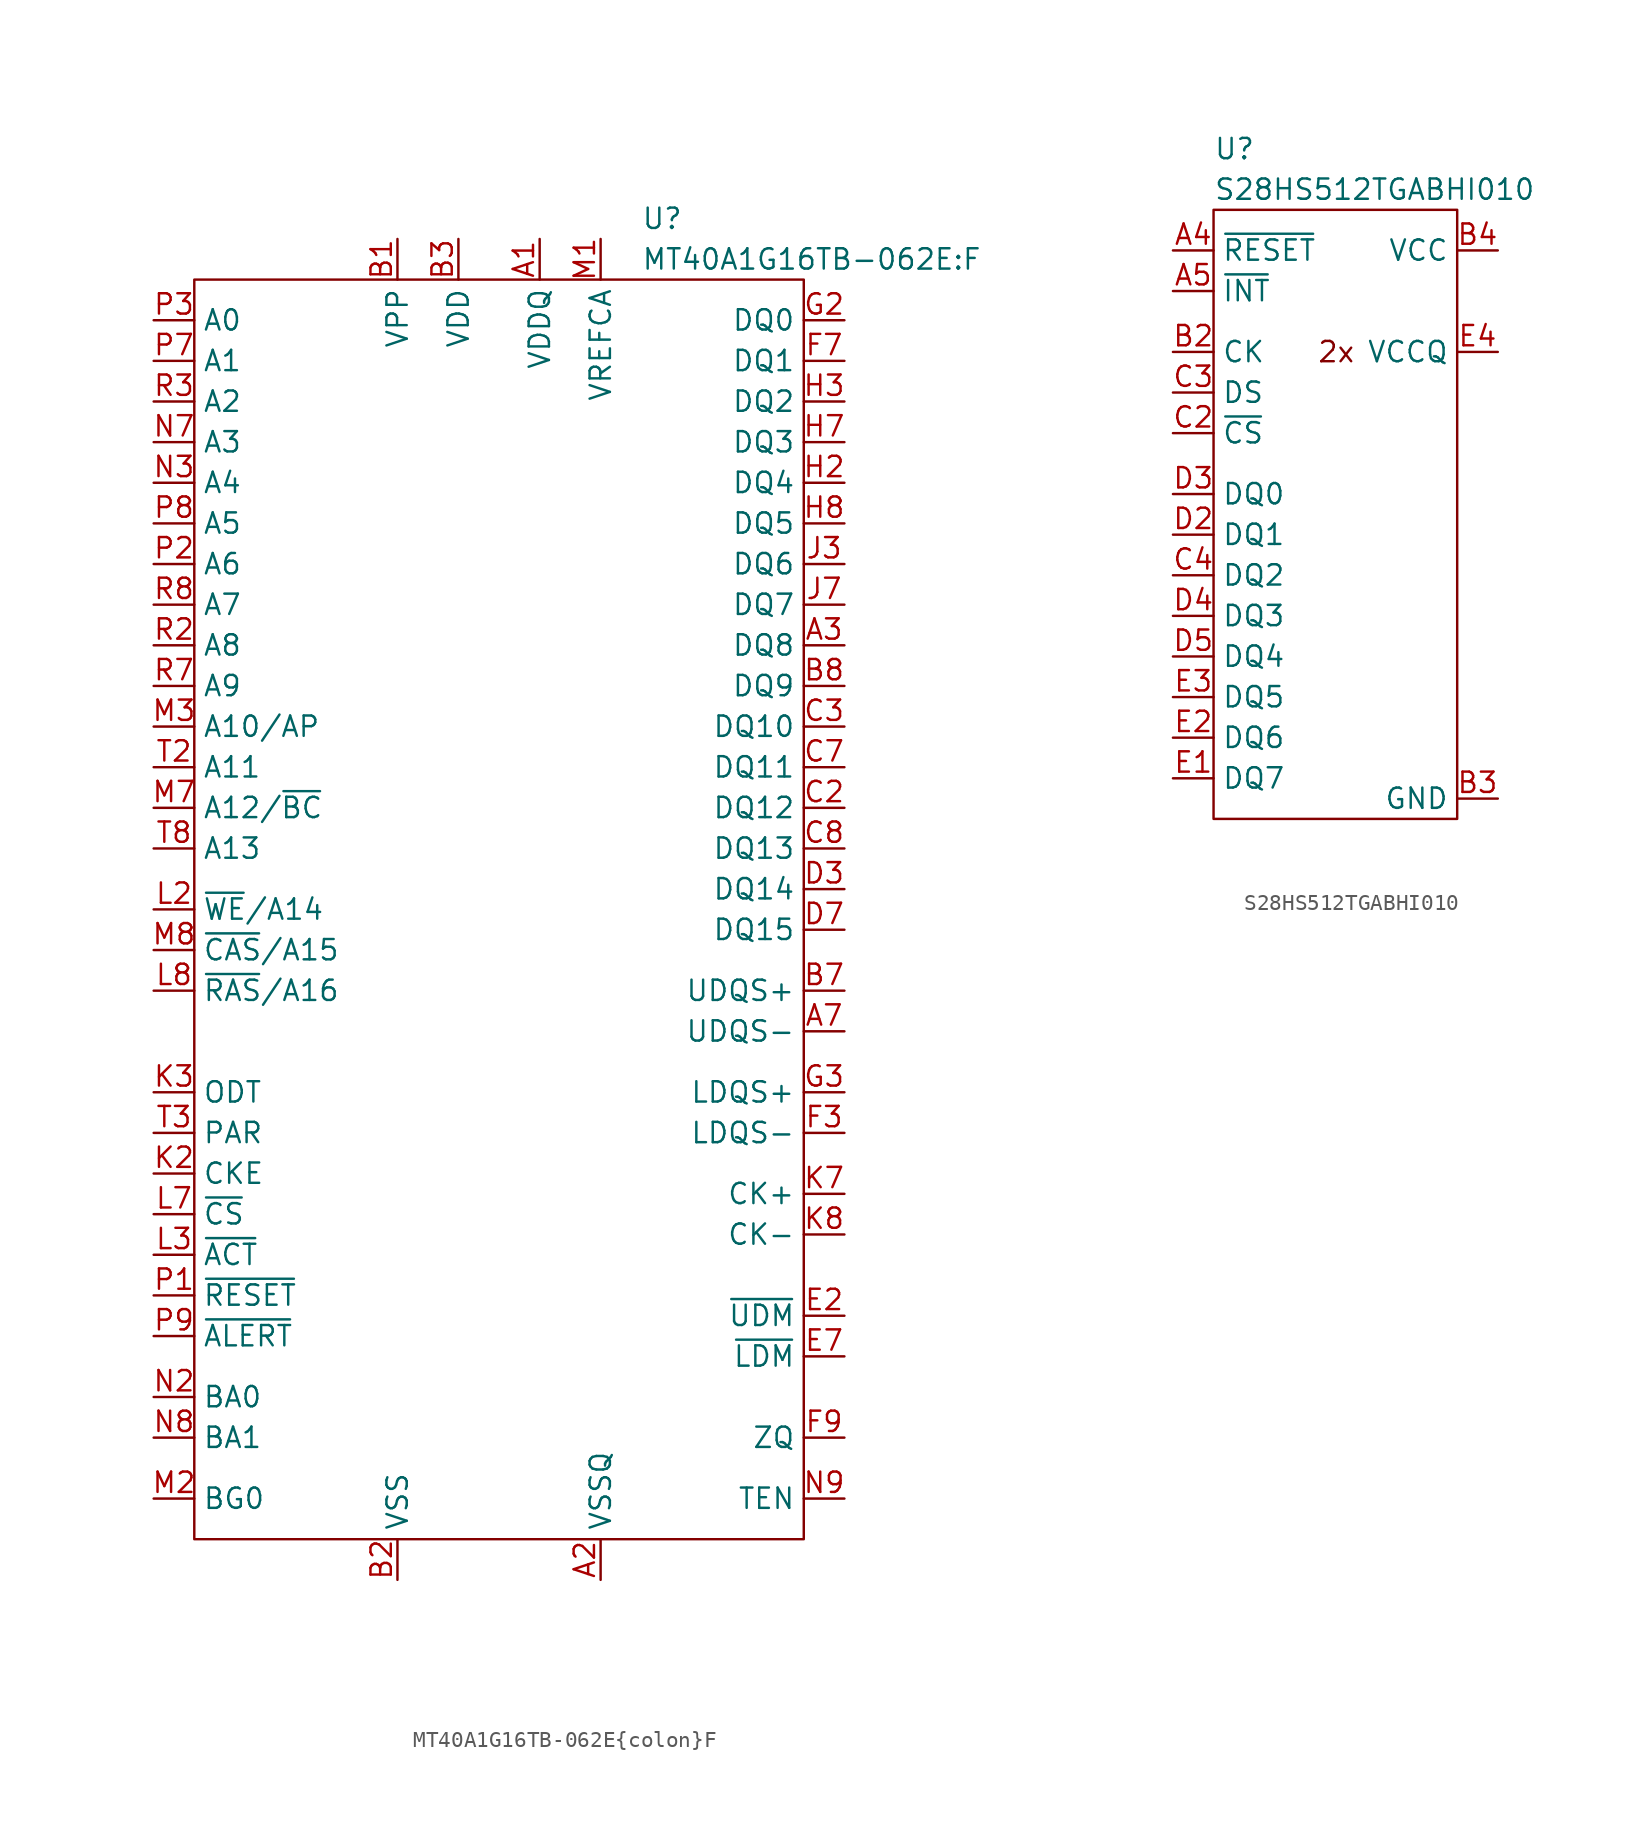
<source format=kicad_sym>
(kicad_symbol_lib
  (version 20220914)
  (generator kicad_symbol_editor)
  (symbol "MT40A1G16TB-062E{colon}F"
    (property "Reference" "U"
      (at 27.94 3.81 0)
      (effects (font (size 1.27 1.27)) (justify left)))
    (property "Value" "MT40A1G16TB-062E:F"
      (at 27.94 1.27 0)
      (effects (font (size 1.27 1.27)) (justify left)))
    (symbol "MT40A1G16TB-062E{colon}F_0_0"
      (pin unspecified line (at 21.59 2.54 270) (length 2.54) (name "VDDQ" (effects (font (size 1.27 1.27)))) (number "A1" (effects (font (size 1.27 1.27)))))
      (pin unspecified line (at 25.4 -81.28 90) (length 2.54) (name "VSSQ" (effects (font (size 1.27 1.27)))) (number "A2" (effects (font (size 1.27 1.27)))))
      (pin unspecified line (at 40.64 -22.86 180) (length 2.54) (name "DQ8" (effects (font (size 1.27 1.27)))) (number "A3" (effects (font (size 1.27 1.27)))))
      (pin unspecified line (at 40.64 -46.99 180) (length 2.54) (name "UDQS-" (effects (font (size 1.27 1.27)))) (number "A7" (effects (font (size 1.27 1.27)))))
      (pin unspecified line (at 25.4 -81.28 90) (length 2.54) hide (name "VSSQ" (effects (font (size 1.27 1.27)))) (number "A8" (effects (font (size 1.27 1.27)))))
      (pin unspecified line (at 21.59 2.54 270) (length 2.54) hide (name "VDDQ" (effects (font (size 1.27 1.27)))) (number "A9" (effects (font (size 1.27 1.27)))))
      (pin unspecified line (at 12.7 2.54 270) (length 2.54) (name "VPP" (effects (font (size 1.27 1.27)))) (number "B1" (effects (font (size 1.27 1.27)))))
      (pin unspecified line (at 12.7 -81.28 90) (length 2.54) (name "VSS" (effects (font (size 1.27 1.27)))) (number "B2" (effects (font (size 1.27 1.27)))))
      (pin unspecified line (at 16.51 2.54 270) (length 2.54) (name "VDD" (effects (font (size 1.27 1.27)))) (number "B3" (effects (font (size 1.27 1.27)))))
      (pin unspecified line (at 40.64 -44.45 180) (length 2.54) (name "UDQS+" (effects (font (size 1.27 1.27)))) (number "B7" (effects (font (size 1.27 1.27)))))
      (pin unspecified line (at 40.64 -25.4 180) (length 2.54) (name "DQ9" (effects (font (size 1.27 1.27)))) (number "B8" (effects (font (size 1.27 1.27)))))
      (pin unspecified line (at 16.51 2.54 270) (length 2.54) hide (name "VDD" (effects (font (size 1.27 1.27)))) (number "B9" (effects (font (size 1.27 1.27)))))
      (pin unspecified line (at 21.59 2.54 270) (length 2.54) hide (name "VDDQ" (effects (font (size 1.27 1.27)))) (number "C1" (effects (font (size 1.27 1.27)))))
      (pin unspecified line (at 40.64 -33.02 180) (length 2.54) (name "DQ12" (effects (font (size 1.27 1.27)))) (number "C2" (effects (font (size 1.27 1.27)))))
      (pin unspecified line (at 40.64 -27.94 180) (length 2.54) (name "DQ10" (effects (font (size 1.27 1.27)))) (number "C3" (effects (font (size 1.27 1.27)))))
      (pin unspecified line (at 40.64 -30.48 180) (length 2.54) (name "DQ11" (effects (font (size 1.27 1.27)))) (number "C7" (effects (font (size 1.27 1.27)))))
      (pin unspecified line (at 40.64 -35.56 180) (length 2.54) (name "DQ13" (effects (font (size 1.27 1.27)))) (number "C8" (effects (font (size 1.27 1.27)))))
      (pin unspecified line (at 25.4 -81.28 90) (length 2.54) hide (name "VSSQ" (effects (font (size 1.27 1.27)))) (number "C9" (effects (font (size 1.27 1.27)))))
      (pin unspecified line (at 16.51 2.54 270) (length 2.54) hide (name "VDD" (effects (font (size 1.27 1.27)))) (number "D1" (effects (font (size 1.27 1.27)))))
      (pin unspecified line (at 25.4 -81.28 90) (length 2.54) hide (name "VSSQ" (effects (font (size 1.27 1.27)))) (number "D2" (effects (font (size 1.27 1.27)))))
      (pin unspecified line (at 40.64 -38.1 180) (length 2.54) (name "DQ14" (effects (font (size 1.27 1.27)))) (number "D3" (effects (font (size 1.27 1.27)))))
      (pin unspecified line (at 40.64 -40.64 180) (length 2.54) (name "DQ15" (effects (font (size 1.27 1.27)))) (number "D7" (effects (font (size 1.27 1.27)))))
      (pin unspecified line (at 25.4 -81.28 90) (length 2.54) hide (name "VSSQ" (effects (font (size 1.27 1.27)))) (number "D8" (effects (font (size 1.27 1.27)))))
      (pin unspecified line (at 21.59 2.54 270) (length 2.54) hide (name "VDDQ" (effects (font (size 1.27 1.27)))) (number "D9" (effects (font (size 1.27 1.27)))))
      (pin unspecified line (at 12.7 -81.28 90) (length 2.54) hide (name "VSS" (effects (font (size 1.27 1.27)))) (number "E1" (effects (font (size 1.27 1.27)))))
      (pin unspecified line (at 40.64 -64.77 180) (length 2.54) (name "~{UDM}" (effects (font (size 1.27 1.27)))) (number "E2" (effects (font (size 1.27 1.27)))) (alternate "NF" unspecified line) (alternate "~{UDBI}" unspecified line))
      (pin unspecified line (at 25.4 -81.28 90) (length 2.54) hide (name "VSSQ" (effects (font (size 1.27 1.27)))) (number "E3" (effects (font (size 1.27 1.27)))))
      (pin unspecified line (at 40.64 -67.31 180) (length 2.54) (name "~{LDM}" (effects (font (size 1.27 1.27)))) (number "E7" (effects (font (size 1.27 1.27)))) (alternate "NF" unspecified line) (alternate "~{LDBI}" unspecified line))
      (pin unspecified line (at 25.4 -81.28 90) (length 2.54) hide (name "VSSQ" (effects (font (size 1.27 1.27)))) (number "E8" (effects (font (size 1.27 1.27)))))
      (pin unspecified line (at 12.7 -81.28 90) (length 2.54) hide (name "VSS" (effects (font (size 1.27 1.27)))) (number "E9" (effects (font (size 1.27 1.27)))))
      (pin unspecified line (at 25.4 -81.28 90) (length 2.54) hide (name "VSSQ" (effects (font (size 1.27 1.27)))) (number "F1" (effects (font (size 1.27 1.27)))))
      (pin unspecified line (at 21.59 2.54 270) (length 2.54) hide (name "VDDQ" (effects (font (size 1.27 1.27)))) (number "F2" (effects (font (size 1.27 1.27)))))
      (pin unspecified line (at 40.64 -53.34 180) (length 2.54) (name "LDQS-" (effects (font (size 1.27 1.27)))) (number "F3" (effects (font (size 1.27 1.27)))))
      (pin unspecified line (at 40.64 -5.08 180) (length 2.54) (name "DQ1" (effects (font (size 1.27 1.27)))) (number "F7" (effects (font (size 1.27 1.27)))))
      (pin unspecified line (at 21.59 2.54 270) (length 2.54) hide (name "VDDQ" (effects (font (size 1.27 1.27)))) (number "F8" (effects (font (size 1.27 1.27)))))
      (pin unspecified line (at 40.64 -72.39 180) (length 2.54) (name "ZQ" (effects (font (size 1.27 1.27)))) (number "F9" (effects (font (size 1.27 1.27)))))
      (pin unspecified line (at 21.59 2.54 270) (length 2.54) hide (name "VDDQ" (effects (font (size 1.27 1.27)))) (number "G1" (effects (font (size 1.27 1.27)))))
      (pin unspecified line (at 40.64 -2.54 180) (length 2.54) (name "DQ0" (effects (font (size 1.27 1.27)))) (number "G2" (effects (font (size 1.27 1.27)))))
      (pin unspecified line (at 40.64 -50.8 180) (length 2.54) (name "LDQS+" (effects (font (size 1.27 1.27)))) (number "G3" (effects (font (size 1.27 1.27)))))
      (pin unspecified line (at 16.51 2.54 270) (length 2.54) hide (name "VDD" (effects (font (size 1.27 1.27)))) (number "G7" (effects (font (size 1.27 1.27)))))
      (pin unspecified line (at 12.7 -81.28 90) (length 2.54) hide (name "VSS" (effects (font (size 1.27 1.27)))) (number "G8" (effects (font (size 1.27 1.27)))))
      (pin unspecified line (at 21.59 2.54 270) (length 2.54) hide (name "VDDQ" (effects (font (size 1.27 1.27)))) (number "G9" (effects (font (size 1.27 1.27)))))
      (pin unspecified line (at 25.4 -81.28 90) (length 2.54) hide (name "VSSQ" (effects (font (size 1.27 1.27)))) (number "H1" (effects (font (size 1.27 1.27)))))
      (pin unspecified line (at 40.64 -12.7 180) (length 2.54) (name "DQ4" (effects (font (size 1.27 1.27)))) (number "H2" (effects (font (size 1.27 1.27)))))
      (pin unspecified line (at 40.64 -7.62 180) (length 2.54) (name "DQ2" (effects (font (size 1.27 1.27)))) (number "H3" (effects (font (size 1.27 1.27)))))
      (pin unspecified line (at 40.64 -10.16 180) (length 2.54) (name "DQ3" (effects (font (size 1.27 1.27)))) (number "H7" (effects (font (size 1.27 1.27)))))
      (pin unspecified line (at 40.64 -15.24 180) (length 2.54) (name "DQ5" (effects (font (size 1.27 1.27)))) (number "H8" (effects (font (size 1.27 1.27)))))
      (pin unspecified line (at 25.4 -81.28 90) (length 2.54) hide (name "VSSQ" (effects (font (size 1.27 1.27)))) (number "H9" (effects (font (size 1.27 1.27)))))
      (pin unspecified line (at 16.51 2.54 270) (length 2.54) hide (name "VDD" (effects (font (size 1.27 1.27)))) (number "J1" (effects (font (size 1.27 1.27)))))
      (pin unspecified line (at 21.59 2.54 270) (length 2.54) hide (name "VDDQ" (effects (font (size 1.27 1.27)))) (number "J2" (effects (font (size 1.27 1.27)))))
      (pin unspecified line (at 40.64 -17.78 180) (length 2.54) (name "DQ6" (effects (font (size 1.27 1.27)))) (number "J3" (effects (font (size 1.27 1.27)))))
      (pin unspecified line (at 40.64 -20.32 180) (length 2.54) (name "DQ7" (effects (font (size 1.27 1.27)))) (number "J7" (effects (font (size 1.27 1.27)))))
      (pin unspecified line (at 21.59 2.54 270) (length 2.54) hide (name "VDDQ" (effects (font (size 1.27 1.27)))) (number "J8" (effects (font (size 1.27 1.27)))))
      (pin unspecified line (at 16.51 2.54 270) (length 2.54) hide (name "VDD" (effects (font (size 1.27 1.27)))) (number "J9" (effects (font (size 1.27 1.27)))))
      (pin unspecified line (at 12.7 -81.28 90) (length 2.54) hide (name "VSS" (effects (font (size 1.27 1.27)))) (number "K1" (effects (font (size 1.27 1.27)))))
      (pin unspecified line (at -2.54 -55.88 0) (length 2.54) (name "CKE" (effects (font (size 1.27 1.27)))) (number "K2" (effects (font (size 1.27 1.27)))))
      (pin unspecified line (at -2.54 -50.8 0) (length 2.54) (name "ODT" (effects (font (size 1.27 1.27)))) (number "K3" (effects (font (size 1.27 1.27)))))
      (pin unspecified line (at 40.64 -57.15 180) (length 2.54) (name "CK+" (effects (font (size 1.27 1.27)))) (number "K7" (effects (font (size 1.27 1.27)))))
      (pin unspecified line (at 40.64 -59.69 180) (length 2.54) (name "CK-" (effects (font (size 1.27 1.27)))) (number "K8" (effects (font (size 1.27 1.27)))))
      (pin unspecified line (at 12.7 -81.28 90) (length 2.54) hide (name "VSS" (effects (font (size 1.27 1.27)))) (number "K9" (effects (font (size 1.27 1.27)))))
      (pin unspecified line (at 16.51 2.54 270) (length 2.54) hide (name "VDD" (effects (font (size 1.27 1.27)))) (number "L1" (effects (font (size 1.27 1.27)))))
      (pin unspecified line (at -2.54 -39.37 0) (length 2.54) (name "~{WE}/A14" (effects (font (size 1.27 1.27)))) (number "L2" (effects (font (size 1.27 1.27)))))
      (pin unspecified line (at -2.54 -60.96 0) (length 2.54) (name "~{ACT}" (effects (font (size 1.27 1.27)))) (number "L3" (effects (font (size 1.27 1.27)))))
      (pin unspecified line (at -2.54 -58.42 0) (length 2.54) (name "~{CS}" (effects (font (size 1.27 1.27)))) (number "L7" (effects (font (size 1.27 1.27)))))
      (pin unspecified line (at -2.54 -44.45 0) (length 2.54) (name "~{RAS}/A16" (effects (font (size 1.27 1.27)))) (number "L8" (effects (font (size 1.27 1.27)))))
      (pin unspecified line (at 16.51 2.54 270) (length 2.54) hide (name "VDD" (effects (font (size 1.27 1.27)))) (number "L9" (effects (font (size 1.27 1.27)))))
      (pin unspecified line (at 25.4 2.54 270) (length 2.54) (name "VREFCA" (effects (font (size 1.27 1.27)))) (number "M1" (effects (font (size 1.27 1.27)))))
      (pin unspecified line (at -2.54 -76.2 0) (length 2.54) (name "BG0" (effects (font (size 1.27 1.27)))) (number "M2" (effects (font (size 1.27 1.27)))))
      (pin unspecified line (at -2.54 -27.94 0) (length 2.54) (name "A10/AP" (effects (font (size 1.27 1.27)))) (number "M3" (effects (font (size 1.27 1.27)))))
      (pin unspecified line (at -2.54 -33.02 0) (length 2.54) (name "A12/~{BC}" (effects (font (size 1.27 1.27)))) (number "M7" (effects (font (size 1.27 1.27)))))
      (pin unspecified line (at -2.54 -41.91 0) (length 2.54) (name "~{CAS}/A15" (effects (font (size 1.27 1.27)))) (number "M8" (effects (font (size 1.27 1.27)))))
      (pin unspecified line (at 12.7 -81.28 90) (length 2.54) hide (name "VSS" (effects (font (size 1.27 1.27)))) (number "M9" (effects (font (size 1.27 1.27)))))
      (pin unspecified line (at 12.7 -81.28 90) (length 2.54) hide (name "VSS" (effects (font (size 1.27 1.27)))) (number "N1" (effects (font (size 1.27 1.27)))))
      (pin unspecified line (at -2.54 -69.85 0) (length 2.54) (name "BA0" (effects (font (size 1.27 1.27)))) (number "N2" (effects (font (size 1.27 1.27)))))
      (pin unspecified line (at -2.54 -12.7 0) (length 2.54) (name "A4" (effects (font (size 1.27 1.27)))) (number "N3" (effects (font (size 1.27 1.27)))))
      (pin unspecified line (at -2.54 -10.16 0) (length 2.54) (name "A3" (effects (font (size 1.27 1.27)))) (number "N7" (effects (font (size 1.27 1.27)))))
      (pin unspecified line (at -2.54 -72.39 0) (length 2.54) (name "BA1" (effects (font (size 1.27 1.27)))) (number "N8" (effects (font (size 1.27 1.27)))))
      (pin unspecified line (at 40.64 -76.2 180) (length 2.54) (name "TEN" (effects (font (size 1.27 1.27)))) (number "N9" (effects (font (size 1.27 1.27)))))
      (pin unspecified line (at -2.54 -63.5 0) (length 2.54) (name "~{RESET}" (effects (font (size 1.27 1.27)))) (number "P1" (effects (font (size 1.27 1.27)))))
      (pin unspecified line (at -2.54 -17.78 0) (length 2.54) (name "A6" (effects (font (size 1.27 1.27)))) (number "P2" (effects (font (size 1.27 1.27)))))
      (pin unspecified line (at -2.54 -2.54 0) (length 2.54) (name "A0" (effects (font (size 1.27 1.27)))) (number "P3" (effects (font (size 1.27 1.27)))))
      (pin unspecified line (at -2.54 -5.08 0) (length 2.54) (name "A1" (effects (font (size 1.27 1.27)))) (number "P7" (effects (font (size 1.27 1.27)))))
      (pin unspecified line (at -2.54 -15.24 0) (length 2.54) (name "A5" (effects (font (size 1.27 1.27)))) (number "P8" (effects (font (size 1.27 1.27)))))
      (pin unspecified line (at -2.54 -66.04 0) (length 2.54) (name "~{ALERT}" (effects (font (size 1.27 1.27)))) (number "P9" (effects (font (size 1.27 1.27)))))
      (pin unspecified line (at 16.51 2.54 270) (length 2.54) hide (name "VDD" (effects (font (size 1.27 1.27)))) (number "R1" (effects (font (size 1.27 1.27)))))
      (pin unspecified line (at -2.54 -22.86 0) (length 2.54) (name "A8" (effects (font (size 1.27 1.27)))) (number "R2" (effects (font (size 1.27 1.27)))))
      (pin unspecified line (at -2.54 -7.62 0) (length 2.54) (name "A2" (effects (font (size 1.27 1.27)))) (number "R3" (effects (font (size 1.27 1.27)))))
      (pin unspecified line (at -2.54 -25.4 0) (length 2.54) (name "A9" (effects (font (size 1.27 1.27)))) (number "R7" (effects (font (size 1.27 1.27)))))
      (pin unspecified line (at -2.54 -20.32 0) (length 2.54) (name "A7" (effects (font (size 1.27 1.27)))) (number "R8" (effects (font (size 1.27 1.27)))))
      (pin unspecified line (at 12.7 2.54 270) (length 2.54) hide (name "VPP" (effects (font (size 1.27 1.27)))) (number "R9" (effects (font (size 1.27 1.27)))))
      (pin unspecified line (at 12.7 -81.28 90) (length 2.54) hide (name "VSS" (effects (font (size 1.27 1.27)))) (number "T1" (effects (font (size 1.27 1.27)))))
      (pin unspecified line (at -2.54 -30.48 0) (length 2.54) (name "A11" (effects (font (size 1.27 1.27)))) (number "T2" (effects (font (size 1.27 1.27)))))
      (pin unspecified line (at -2.54 -53.34 0) (length 2.54) (name "PAR" (effects (font (size 1.27 1.27)))) (number "T3" (effects (font (size 1.27 1.27)))))
      (pin unspecified line (at 6.35 -13.97 270) (length 2.54) hide (name "NC" (effects (font (size 1.27 1.27)))) (number "T7" (effects (font (size 1.27 1.27)))))
      (pin unspecified line (at -2.54 -35.56 0) (length 2.54) (name "A13" (effects (font (size 1.27 1.27)))) (number "T8" (effects (font (size 1.27 1.27)))))
      (pin unspecified line (at 16.51 2.54 270) (length 2.54) hide (name "VDD" (effects (font (size 1.27 1.27)))) (number "T9" (effects (font (size 1.27 1.27))))))
    (symbol "MT40A1G16TB-062E{colon}F_0_1"
      (rectangle (start 0 0) (end 38.1 -78.74) (stroke (width 0) (type default)) (fill (type none)))))
  (symbol "S28HS512TGABHI010"
    (property "Reference" "U"
      (at 0 3.81 0)
      (effects (font (size 1.27 1.27)) (justify left)))
    (property "Value" "S28HS512TGABHI010"
      (at 0 1.27 0)
      (effects (font (size 1.27 1.27)) (justify left)))
    (symbol "S28HS512TGABHI010_0_0"
      (pin no_connect line (at 9.525 -19.685 90) (length 2.54) hide (name "DNU" (effects (font (size 1.27 1.27)))) (number "A2" (effects (font (size 1.27 1.27)))))
      (pin no_connect line (at 9.525 -19.685 90) (length 2.54) hide (name "DNU" (effects (font (size 1.27 1.27)))) (number "A3" (effects (font (size 1.27 1.27)))))
      (pin input line (at -2.54 -2.54 0) (length 2.54) (name "~{RESET}" (effects (font (size 1.27 1.27)))) (number "A4" (effects (font (size 1.27 1.27)))))
      (pin input line (at -2.54 -5.08 0) (length 2.54) (name "~{INT}" (effects (font (size 1.27 1.27)))) (number "A5" (effects (font (size 1.27 1.27)))))
      (pin no_connect line (at 9.525 -19.685 90) (length 2.54) hide (name "DNU" (effects (font (size 1.27 1.27)))) (number "B1" (effects (font (size 1.27 1.27)))))
      (pin input line (at -2.54 -8.89 0) (length 2.54) (name "CK" (effects (font (size 1.27 1.27)))) (number "B2" (effects (font (size 1.27 1.27)))))
      (pin power_in line (at 17.78 -36.83 180) (length 2.54) (name "GND" (effects (font (size 1.27 1.27)))) (number "B3" (effects (font (size 1.27 1.27)))))
      (pin power_in line (at 17.78 -2.54 180) (length 2.54) (name "VCC" (effects (font (size 1.27 1.27)))) (number "B4" (effects (font (size 1.27 1.27)))))
      (pin no_connect line (at 9.525 -19.685 90) (length 2.54) hide (name "DNU" (effects (font (size 1.27 1.27)))) (number "B5" (effects (font (size 1.27 1.27)))))
      (pin power_in line (at 17.78 -36.83 180) (length 2.54) hide (name "GND" (effects (font (size 1.27 1.27)))) (number "C1" (effects (font (size 1.27 1.27)))))
      (pin input line (at -2.54 -13.97 0) (length 2.54) (name "~{CS}" (effects (font (size 1.27 1.27)))) (number "C2" (effects (font (size 1.27 1.27)))))
      (pin input line (at -2.54 -11.43 0) (length 2.54) (name "DS" (effects (font (size 1.27 1.27)))) (number "C3" (effects (font (size 1.27 1.27)))))
      (pin bidirectional line (at -2.54 -22.86 0) (length 2.54) (name "DQ2" (effects (font (size 1.27 1.27)))) (number "C4" (effects (font (size 1.27 1.27)))))
      (pin no_connect line (at 9.525 -19.685 90) (length 2.54) hide (name "DNU" (effects (font (size 1.27 1.27)))) (number "C5" (effects (font (size 1.27 1.27)))))
      (pin power_in line (at 17.78 -8.89 180) (length 2.54) hide (name "VCCQ" (effects (font (size 1.27 1.27)))) (number "D1" (effects (font (size 1.27 1.27)))))
      (pin bidirectional line (at -2.54 -20.32 0) (length 2.54) (name "DQ1" (effects (font (size 1.27 1.27)))) (number "D2" (effects (font (size 1.27 1.27)))))
      (pin bidirectional line (at -2.54 -17.78 0) (length 2.54) (name "DQ0" (effects (font (size 1.27 1.27)))) (number "D3" (effects (font (size 1.27 1.27)))))
      (pin bidirectional line (at -2.54 -25.4 0) (length 2.54) (name "DQ3" (effects (font (size 1.27 1.27)))) (number "D4" (effects (font (size 1.27 1.27)))))
      (pin bidirectional line (at -2.54 -27.94 0) (length 2.54) (name "DQ4" (effects (font (size 1.27 1.27)))) (number "D5" (effects (font (size 1.27 1.27)))))
      (pin bidirectional line (at -2.54 -35.56 0) (length 2.54) (name "DQ7" (effects (font (size 1.27 1.27)))) (number "E1" (effects (font (size 1.27 1.27)))))
      (pin bidirectional line (at -2.54 -33.02 0) (length 2.54) (name "DQ6" (effects (font (size 1.27 1.27)))) (number "E2" (effects (font (size 1.27 1.27)))))
      (pin bidirectional line (at -2.54 -30.48 0) (length 2.54) (name "DQ5" (effects (font (size 1.27 1.27)))) (number "E3" (effects (font (size 1.27 1.27)))))
      (pin power_in line (at 17.78 -8.89 180) (length 2.54) (name "VCCQ" (effects (font (size 1.27 1.27)))) (number "E4" (effects (font (size 1.27 1.27)))))
      (pin power_in line (at 17.78 -36.83 180) (length 2.54) hide (name "GND" (effects (font (size 1.27 1.27)))) (number "E5" (effects (font (size 1.27 1.27))))))
    (symbol "S28HS512TGABHI010_0_1"
      (rectangle (start 0 0) (end 15.24 -38.1) (stroke (width 0) (type default)) (fill (type none)))
      (text "2x" (at 8.89 -8.89 0) (effects (font (size 1.27 1.27)) (justify right))))))
</source>
